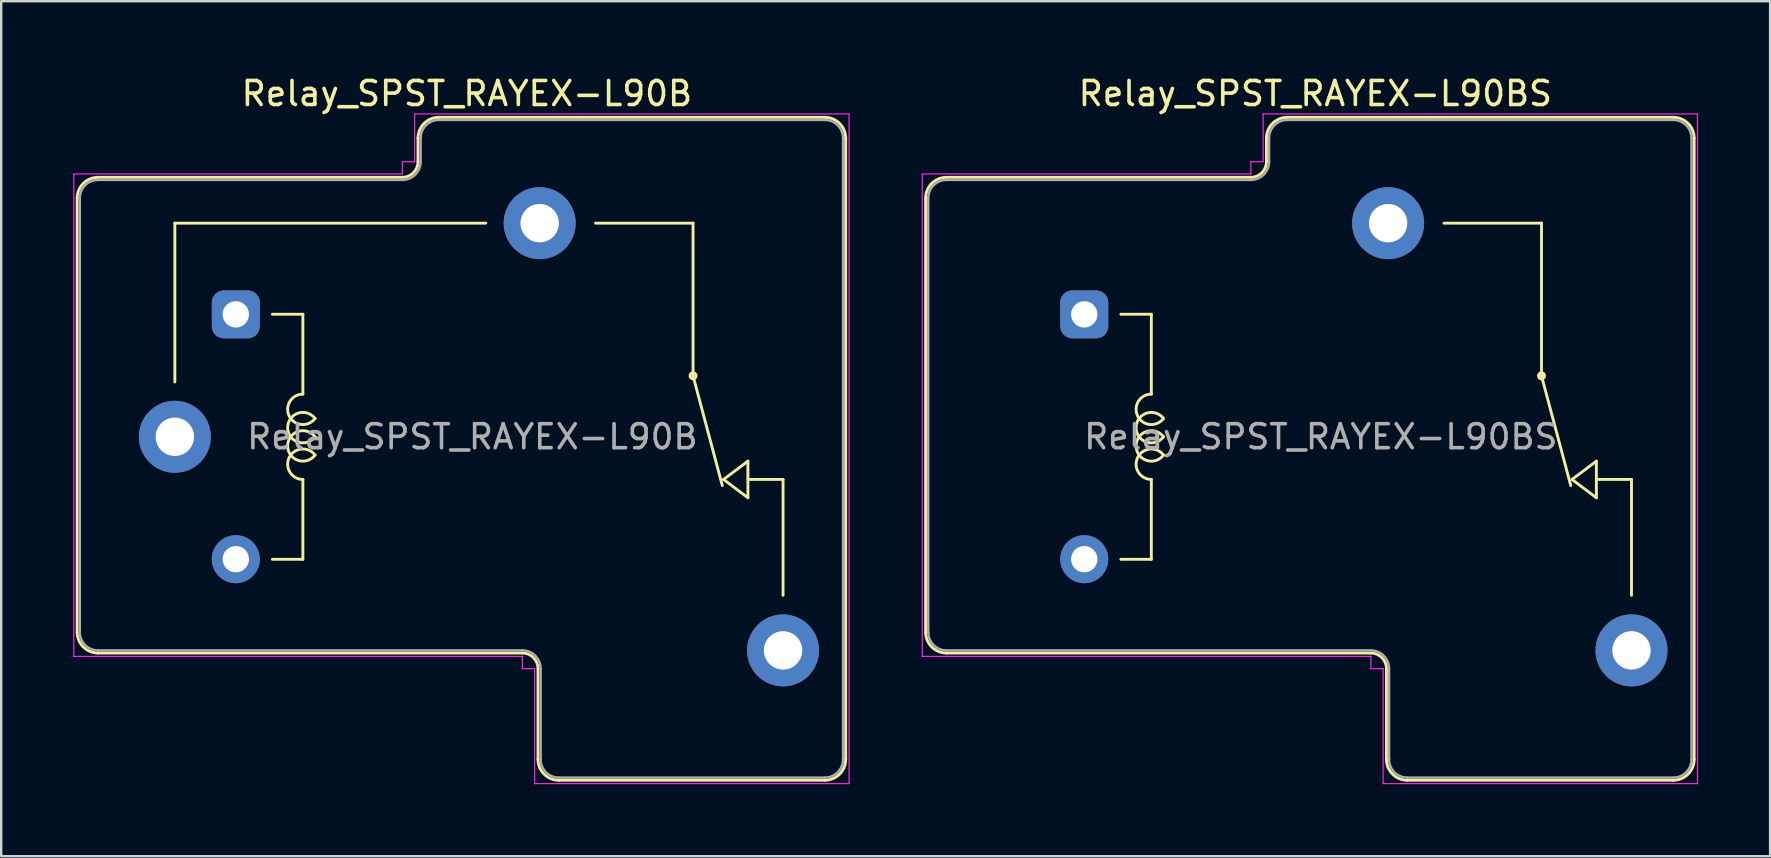
<source format=kicad_pcb>
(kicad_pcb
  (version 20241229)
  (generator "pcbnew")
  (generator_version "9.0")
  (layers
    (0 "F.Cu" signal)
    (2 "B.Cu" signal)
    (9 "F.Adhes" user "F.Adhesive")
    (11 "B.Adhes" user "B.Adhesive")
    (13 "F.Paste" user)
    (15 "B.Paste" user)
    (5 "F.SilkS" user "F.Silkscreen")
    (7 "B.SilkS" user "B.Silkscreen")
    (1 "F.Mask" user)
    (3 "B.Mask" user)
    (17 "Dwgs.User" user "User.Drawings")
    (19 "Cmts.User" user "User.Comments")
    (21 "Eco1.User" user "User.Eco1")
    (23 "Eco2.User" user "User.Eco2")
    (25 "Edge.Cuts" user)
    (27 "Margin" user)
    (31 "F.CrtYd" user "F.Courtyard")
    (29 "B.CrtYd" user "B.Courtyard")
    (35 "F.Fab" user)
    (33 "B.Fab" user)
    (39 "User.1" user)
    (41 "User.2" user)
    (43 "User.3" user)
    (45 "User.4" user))
  (footprint "Relay_SPST_RAYEX-L90BS"
    (layer "F.Cu")
    (at 39.585 15.148)
    (property "Reference" "Relay_SPST_RAYEX-L90BS" (at 12.167 -14.3 0) (layer "F.SilkS") (effects (font (size 1 1) (thickness 0.15))))
    (attr through_hole)
    (fp_line (start -4.07 -9.94) (end -4.07 8.14) (stroke (width 0.12) (type solid)) (layer "F.SilkS"))
    (fp_line (start -3.2 -10.81) (end 9.48 -10.81) (stroke (width 0.12) (type solid)) (layer "F.SilkS"))
    (fp_line (start -3.2 9.01) (end 14.48 9.01) (stroke (width 0.12) (type solid)) (layer "F.SilkS"))
    (fp_line (start 4.064 -5.105) (end 5.334 -5.105) (stroke (width 0.12) (type solid)) (layer "F.SilkS"))
    (fp_line (start 5.334 -1.778) (end 5.334 -5.105) (stroke (width 0.12) (type solid)) (layer "F.SilkS"))
    (fp_line (start 5.334 5.105) (end 4.064 5.105) (stroke (width 0.12) (type solid)) (layer "F.SilkS"))
    (fp_line (start 5.334 5.105) (end 5.334 1.778) (stroke (width 0.12) (type solid)) (layer "F.SilkS"))
    (fp_line (start 10.13 -12.44) (end 10.13 -11.46) (stroke (width 0.12) (type solid)) (layer "F.SilkS"))
    (fp_line (start 11 -13.31) (end 27.08 -13.31) (stroke (width 0.12) (type solid)) (layer "F.SilkS"))
    (fp_line (start 15.13 9.66) (end 15.13 13.44) (stroke (width 0.12) (type solid)) (layer "F.SilkS"))
    (fp_line (start 16 14.31) (end 27.08 14.31) (stroke (width 0.12) (type solid)) (layer "F.SilkS"))
    (fp_line (start 21.59 -8.9) (end 17.526 -8.9) (stroke (width 0.12) (type solid)) (layer "F.SilkS"))
    (fp_line (start 21.59 -2.54) (end 21.59 -8.9) (stroke (width 0.12) (type solid)) (layer "F.SilkS"))
    (fp_line (start 21.59 -2.54) (end 22.809 2.032) (stroke (width 0.12) (type solid)) (layer "F.SilkS"))
    (fp_line (start 22.86 1.778) (end 23.876 1.016) (stroke (width 0.12) (type solid)) (layer "F.SilkS"))
    (fp_line (start 23.876 1.778) (end 25.34 1.778) (stroke (width 0.12) (type solid)) (layer "F.SilkS"))
    (fp_line (start 23.876 2.54) (end 22.86 1.778) (stroke (width 0.12) (type solid)) (layer "F.SilkS"))
    (fp_line (start 23.876 2.54) (end 23.876 1.016) (stroke (width 0.12) (type solid)) (layer "F.SilkS"))
    (fp_line (start 25.34 1.778) (end 25.34 6.604) (stroke (width 0.12) (type solid)) (layer "F.SilkS"))
    (fp_line (start 27.95 -12.44) (end 27.95 13.44) (stroke (width 0.12) (type solid)) (layer "F.SilkS"))
    (fp_arc (start -4.07 -9.94) (mid -3.815183 -10.555183) (end -3.2 -10.81) (stroke (width 0.12) (type solid)) (layer "F.SilkS"))
    (fp_arc (start -3.2 9.01) (mid -3.815183 8.755183) (end -4.07 8.14) (stroke (width 0.12) (type solid)) (layer "F.SilkS"))
    (fp_arc (start 5.334002 1.777997) (mid 4.765966 0.859166) (end 5.841802 0.76173) (stroke (width 0.12) (type solid)) (layer "F.SilkS"))
    (fp_arc (start 5.8418 -0.761733) (mid 4.765964 -0.859168) (end 5.334 -1.778) (stroke (width 0.12) (type solid)) (layer "F.SilkS"))
    (fp_arc (start 5.842265 -0.000355) (mid 4.699002 -0.38078) (end 5.842 -0.762001) (stroke (width 0.12) (type solid)) (layer "F.SilkS"))
    (fp_arc (start 5.842266 0.761644) (mid 4.699003 0.381219) (end 5.842001 -0.000002) (stroke (width 0.12) (type solid)) (layer "F.SilkS"))
    (fp_arc (start 10.13 -12.44) (mid 10.384817 -13.055183) (end 11 -13.31) (stroke (width 0.12) (type solid)) (layer "F.SilkS"))
    (fp_arc (start 10.13 -11.46) (mid 9.939619 -11.000381) (end 9.48 -10.81) (stroke (width 0.12) (type solid)) (layer "F.SilkS"))
    (fp_arc (start 14.48 9.01) (mid 14.939619 9.200381) (end 15.13 9.66) (stroke (width 0.12) (type solid)) (layer "F.SilkS"))
    (fp_arc (start 16 14.31) (mid 15.384817 14.055183) (end 15.13 13.44) (stroke (width 0.12) (type solid)) (layer "F.SilkS"))
    (fp_arc (start 27.08 -13.31) (mid 27.695183 -13.055183) (end 27.95 -12.44) (stroke (width 0.12) (type solid)) (layer "F.SilkS"))
    (fp_arc (start 27.95 13.44) (mid 27.695183 14.055183) (end 27.08 14.31) (stroke (width 0.12) (type solid)) (layer "F.SilkS"))
    (fp_circle (center 21.59 -2.54) (end 21.59 -2.413) (stroke (width 0.12) (type solid)) (fill no) (layer "F.SilkS"))
    (fp_line (start -4.21 -10.95) (end -4.21 9.15) (stroke (width 0.05) (type solid)) (layer "F.CrtYd"))
    (fp_line (start -4.21 -10.95) (end 9.48 -10.95) (stroke (width 0.05) (type solid)) (layer "F.CrtYd"))
    (fp_line (start -4.21 9.15) (end 14.48 9.15) (stroke (width 0.05) (type solid)) (layer "F.CrtYd"))
    (fp_line (start 9.48 -11.46) (end 9.48 -10.95) (stroke (width 0.05) (type solid)) (layer "F.CrtYd"))
    (fp_line (start 9.48 -11.46) (end 9.99 -11.46) (stroke (width 0.05) (type solid)) (layer "F.CrtYd"))
    (fp_line (start 9.99 -13.45) (end 9.99 -11.46) (stroke (width 0.05) (type solid)) (layer "F.CrtYd"))
    (fp_line (start 9.99 -13.45) (end 28.09 -13.45) (stroke (width 0.05) (type solid)) (layer "F.CrtYd"))
    (fp_line (start 14.48 9.15) (end 14.48 9.66) (stroke (width 0.05) (type solid)) (layer "F.CrtYd"))
    (fp_line (start 14.48 9.66) (end 14.99 9.66) (stroke (width 0.05) (type solid)) (layer "F.CrtYd"))
    (fp_line (start 14.99 9.66) (end 14.99 14.45) (stroke (width 0.05) (type solid)) (layer "F.CrtYd"))
    (fp_line (start 14.99 14.45) (end 28.09 14.45) (stroke (width 0.05) (type solid)) (layer "F.CrtYd"))
    (fp_line (start 28.09 -13.45) (end 28.09 14.45) (stroke (width 0.05) (type solid)) (layer "F.CrtYd"))
    (fp_line (start -3.96 -9.94) (end -3.96 8.14) (stroke (width 0.1) (type solid)) (layer "F.Fab"))
    (fp_line (start -3.2 -10.7) (end 9.48 -10.7) (stroke (width 0.1) (type solid)) (layer "F.Fab"))
    (fp_line (start -3.2 8.9) (end 14.48 8.9) (stroke (width 0.1) (type solid)) (layer "F.Fab"))
    (fp_line (start 10.24 -12.44) (end 10.24 -11.46) (stroke (width 0.1) (type solid)) (layer "F.Fab"))
    (fp_line (start 11 -13.2) (end 27.08 -13.2) (stroke (width 0.1) (type solid)) (layer "F.Fab"))
    (fp_line (start 15.24 9.66) (end 15.24 13.44) (stroke (width 0.1) (type solid)) (layer "F.Fab"))
    (fp_line (start 16 14.2) (end 27.08 14.2) (stroke (width 0.1) (type solid)) (layer "F.Fab"))
    (fp_line (start 27.84 -12.44) (end 27.84 13.44) (stroke (width 0.1) (type solid)) (layer "F.Fab"))
    (fp_arc (start -3.96 -9.94) (mid -3.737401 -10.477401) (end -3.2 -10.7) (stroke (width 0.1) (type solid)) (layer "F.Fab"))
    (fp_arc (start -3.2 8.9) (mid -3.737401 8.677401) (end -3.96 8.14) (stroke (width 0.1) (type solid)) (layer "F.Fab"))
    (fp_arc (start 10.24 -12.44) (mid 10.462599 -12.977401) (end 11 -13.2) (stroke (width 0.1) (type solid)) (layer "F.Fab"))
    (fp_arc (start 10.24 -11.46) (mid 10.017401 -10.922599) (end 9.48 -10.7) (stroke (width 0.1) (type solid)) (layer "F.Fab"))
    (fp_arc (start 14.48 8.9) (mid 15.017401 9.122599) (end 15.24 9.66) (stroke (width 0.1) (type solid)) (layer "F.Fab"))
    (fp_arc (start 16 14.2) (mid 15.462599 13.977401) (end 15.24 13.44) (stroke (width 0.1) (type solid)) (layer "F.Fab"))
    (fp_arc (start 27.08 -13.2) (mid 27.617401 -12.977401) (end 27.84 -12.44) (stroke (width 0.1) (type solid)) (layer "F.Fab"))
    (fp_arc (start 27.84 13.44) (mid 27.617401 13.977401) (end 27.08 14.2) (stroke (width 0.1) (type solid)) (layer "F.Fab"))
    (fp_text user "${REFERENCE}" (at 12.395 0 0) (layer "F.Fab") (effects (font (size 1 1) (thickness 0.15))))
    (pad "11" thru_hole circle (at 15.2 -8.9 180) (size 3 3) (drill 1.6) (layers "*.Cu" "*.Mask"))
    (pad "12" thru_hole circle (at 25.34 8.9 180) (size 3 3) (drill 1.6) (layers "*.Cu" "*.Mask"))
    (pad "A1" thru_hole roundrect (at 2.54 -5.1 180) (size 2 2) (drill 1.1) (layers "*.Cu" "*.Mask") (roundrect_rratio 0.25))
    (pad "A2" thru_hole circle (at 2.54 5.1 180) (size 2 2) (drill 1.1) (layers "*.Cu" "*.Mask")))
  (footprint "Relay_SPST_RAYEX-L90B"
    (layer "F.Cu")
    (at 4.235 15.148)
    (property "Reference" "Relay_SPST_RAYEX-L90B" (at 12.167 -14.3 0) (layer "F.SilkS") (effects (font (size 1 1) (thickness 0.15))))
    (attr through_hole)
    (fp_line (start -4.07 -9.94) (end -4.07 8.14) (stroke (width 0.12) (type solid)) (layer "F.SilkS"))
    (fp_line (start -3.2 -10.81) (end 9.48 -10.81) (stroke (width 0.12) (type solid)) (layer "F.SilkS"))
    (fp_line (start -3.2 9.01) (end 14.48 9.01) (stroke (width 0.12) (type solid)) (layer "F.SilkS"))
    (fp_line (start 0 -8.9) (end 0 -2.286) (stroke (width 0.12) (type solid)) (layer "F.SilkS"))
    (fp_line (start 0 -8.9) (end 12.954 -8.9) (stroke (width 0.12) (type solid)) (layer "F.SilkS"))
    (fp_line (start 4.064 -5.105) (end 5.334 -5.105) (stroke (width 0.12) (type solid)) (layer "F.SilkS"))
    (fp_line (start 5.334 -1.778) (end 5.334 -5.105) (stroke (width 0.12) (type solid)) (layer "F.SilkS"))
    (fp_line (start 5.334 5.105) (end 4.064 5.105) (stroke (width 0.12) (type solid)) (layer "F.SilkS"))
    (fp_line (start 5.334 5.105) (end 5.334 1.778) (stroke (width 0.12) (type solid)) (layer "F.SilkS"))
    (fp_line (start 10.13 -12.44) (end 10.13 -11.46) (stroke (width 0.12) (type solid)) (layer "F.SilkS"))
    (fp_line (start 11 -13.31) (end 27.08 -13.31) (stroke (width 0.12) (type solid)) (layer "F.SilkS"))
    (fp_line (start 15.13 9.66) (end 15.13 13.44) (stroke (width 0.12) (type solid)) (layer "F.SilkS"))
    (fp_line (start 16 14.31) (end 27.08 14.31) (stroke (width 0.12) (type solid)) (layer "F.SilkS"))
    (fp_line (start 21.59 -8.9) (end 17.526 -8.9) (stroke (width 0.12) (type solid)) (layer "F.SilkS"))
    (fp_line (start 21.59 -2.54) (end 21.59 -8.9) (stroke (width 0.12) (type solid)) (layer "F.SilkS"))
    (fp_line (start 21.59 -2.54) (end 22.809 2.032) (stroke (width 0.12) (type solid)) (layer "F.SilkS"))
    (fp_line (start 22.86 1.778) (end 23.876 1.016) (stroke (width 0.12) (type solid)) (layer "F.SilkS"))
    (fp_line (start 23.876 1.778) (end 25.34 1.778) (stroke (width 0.12) (type solid)) (layer "F.SilkS"))
    (fp_line (start 23.876 2.54) (end 22.86 1.778) (stroke (width 0.12) (type solid)) (layer "F.SilkS"))
    (fp_line (start 23.876 2.54) (end 23.876 1.016) (stroke (width 0.12) (type solid)) (layer "F.SilkS"))
    (fp_line (start 25.34 1.778) (end 25.34 6.604) (stroke (width 0.12) (type solid)) (layer "F.SilkS"))
    (fp_line (start 27.95 -12.44) (end 27.95 13.44) (stroke (width 0.12) (type solid)) (layer "F.SilkS"))
    (fp_arc (start -4.07 -9.94) (mid -3.815183 -10.555183) (end -3.2 -10.81) (stroke (width 0.12) (type solid)) (layer "F.SilkS"))
    (fp_arc (start -3.2 9.01) (mid -3.815183 8.755183) (end -4.07 8.14) (stroke (width 0.12) (type solid)) (layer "F.SilkS"))
    (fp_arc (start 5.334002 1.777997) (mid 4.765966 0.859166) (end 5.841802 0.76173) (stroke (width 0.12) (type solid)) (layer "F.SilkS"))
    (fp_arc (start 5.8418 -0.761733) (mid 4.765964 -0.859168) (end 5.334 -1.778) (stroke (width 0.12) (type solid)) (layer "F.SilkS"))
    (fp_arc (start 5.842265 -0.000355) (mid 4.699002 -0.38078) (end 5.842 -0.762001) (stroke (width 0.12) (type solid)) (layer "F.SilkS"))
    (fp_arc (start 5.842266 0.761644) (mid 4.699003 0.381219) (end 5.842001 -0.000002) (stroke (width 0.12) (type solid)) (layer "F.SilkS"))
    (fp_arc (start 10.13 -12.44) (mid 10.384817 -13.055183) (end 11 -13.31) (stroke (width 0.12) (type solid)) (layer "F.SilkS"))
    (fp_arc (start 10.13 -11.46) (mid 9.939619 -11.000381) (end 9.48 -10.81) (stroke (width 0.12) (type solid)) (layer "F.SilkS"))
    (fp_arc (start 14.48 9.01) (mid 14.939619 9.200381) (end 15.13 9.66) (stroke (width 0.12) (type solid)) (layer "F.SilkS"))
    (fp_arc (start 16 14.31) (mid 15.384817 14.055183) (end 15.13 13.44) (stroke (width 0.12) (type solid)) (layer "F.SilkS"))
    (fp_arc (start 27.08 -13.31) (mid 27.695183 -13.055183) (end 27.95 -12.44) (stroke (width 0.12) (type solid)) (layer "F.SilkS"))
    (fp_arc (start 27.95 13.44) (mid 27.695183 14.055183) (end 27.08 14.31) (stroke (width 0.12) (type solid)) (layer "F.SilkS"))
    (fp_circle (center 21.59 -2.54) (end 21.59 -2.413) (stroke (width 0.12) (type solid)) (fill no) (layer "F.SilkS"))
    (fp_line (start -4.21 -10.95) (end -4.21 9.15) (stroke (width 0.05) (type solid)) (layer "F.CrtYd"))
    (fp_line (start -4.21 -10.95) (end 9.48 -10.95) (stroke (width 0.05) (type solid)) (layer "F.CrtYd"))
    (fp_line (start -4.21 9.15) (end 14.48 9.15) (stroke (width 0.05) (type solid)) (layer "F.CrtYd"))
    (fp_line (start 9.48 -11.46) (end 9.48 -10.95) (stroke (width 0.05) (type solid)) (layer "F.CrtYd"))
    (fp_line (start 9.48 -11.46) (end 9.99 -11.46) (stroke (width 0.05) (type solid)) (layer "F.CrtYd"))
    (fp_line (start 9.99 -13.45) (end 9.99 -11.46) (stroke (width 0.05) (type solid)) (layer "F.CrtYd"))
    (fp_line (start 9.99 -13.45) (end 28.09 -13.45) (stroke (width 0.05) (type solid)) (layer "F.CrtYd"))
    (fp_line (start 14.48 9.15) (end 14.48 9.66) (stroke (width 0.05) (type solid)) (layer "F.CrtYd"))
    (fp_line (start 14.48 9.66) (end 14.99 9.66) (stroke (width 0.05) (type solid)) (layer "F.CrtYd"))
    (fp_line (start 14.99 9.66) (end 14.99 14.45) (stroke (width 0.05) (type solid)) (layer "F.CrtYd"))
    (fp_line (start 14.99 14.45) (end 28.09 14.45) (stroke (width 0.05) (type solid)) (layer "F.CrtYd"))
    (fp_line (start 28.09 -13.45) (end 28.09 14.45) (stroke (width 0.05) (type solid)) (layer "F.CrtYd"))
    (fp_line (start -3.96 -9.94) (end -3.96 8.14) (stroke (width 0.1) (type solid)) (layer "F.Fab"))
    (fp_line (start -3.2 -10.7) (end 9.48 -10.7) (stroke (width 0.1) (type solid)) (layer "F.Fab"))
    (fp_line (start -3.2 8.9) (end 14.48 8.9) (stroke (width 0.1) (type solid)) (layer "F.Fab"))
    (fp_line (start 10.24 -12.44) (end 10.24 -11.46) (stroke (width 0.1) (type solid)) (layer "F.Fab"))
    (fp_line (start 11 -13.2) (end 27.08 -13.2) (stroke (width 0.1) (type solid)) (layer "F.Fab"))
    (fp_line (start 15.24 9.66) (end 15.24 13.44) (stroke (width 0.1) (type solid)) (layer "F.Fab"))
    (fp_line (start 16 14.2) (end 27.08 14.2) (stroke (width 0.1) (type solid)) (layer "F.Fab"))
    (fp_line (start 27.84 -12.44) (end 27.84 13.44) (stroke (width 0.1) (type solid)) (layer "F.Fab"))
    (fp_arc (start -3.96 -9.94) (mid -3.737401 -10.477401) (end -3.2 -10.7) (stroke (width 0.1) (type solid)) (layer "F.Fab"))
    (fp_arc (start -3.2 8.9) (mid -3.737401 8.677401) (end -3.96 8.14) (stroke (width 0.1) (type solid)) (layer "F.Fab"))
    (fp_arc (start 10.24 -12.44) (mid 10.462599 -12.977401) (end 11 -13.2) (stroke (width 0.1) (type solid)) (layer "F.Fab"))
    (fp_arc (start 10.24 -11.46) (mid 10.017401 -10.922599) (end 9.48 -10.7) (stroke (width 0.1) (type solid)) (layer "F.Fab"))
    (fp_arc (start 14.48 8.9) (mid 15.017401 9.122599) (end 15.24 9.66) (stroke (width 0.1) (type solid)) (layer "F.Fab"))
    (fp_arc (start 16 14.2) (mid 15.462599 13.977401) (end 15.24 13.44) (stroke (width 0.1) (type solid)) (layer "F.Fab"))
    (fp_arc (start 27.08 -13.2) (mid 27.617401 -12.977401) (end 27.84 -12.44) (stroke (width 0.1) (type solid)) (layer "F.Fab"))
    (fp_arc (start 27.84 13.44) (mid 27.617401 13.977401) (end 27.08 14.2) (stroke (width 0.1) (type solid)) (layer "F.Fab"))
    (fp_text user "${REFERENCE}" (at 12.395 0 0) (layer "F.Fab") (effects (font (size 1 1) (thickness 0.15))))
    (pad "11A" thru_hole circle (at 0 0 180) (size 3 3) (drill 1.6) (layers "*.Cu" "*.Mask"))
    (pad "11B" thru_hole circle (at 15.2 -8.9 180) (size 3 3) (drill 1.6) (layers "*.Cu" "*.Mask"))
    (pad "12" thru_hole circle (at 25.34 8.9 180) (size 3 3) (drill 1.6) (layers "*.Cu" "*.Mask"))
    (pad "A1" thru_hole roundrect (at 2.54 -5.1 180) (size 2 2) (drill 1.1) (layers "*.Cu" "*.Mask") (roundrect_rratio 0.25))
    (pad "A2" thru_hole circle (at 2.54 5.1 180) (size 2 2) (drill 1.1) (layers "*.Cu" "*.Mask")))
  (gr_rect
    (start -3 -3)
    (end 70.7 32.623)
    (stroke (width 0.1) (type default))
    (fill no)
    (layer "Edge.Cuts")))
</source>
